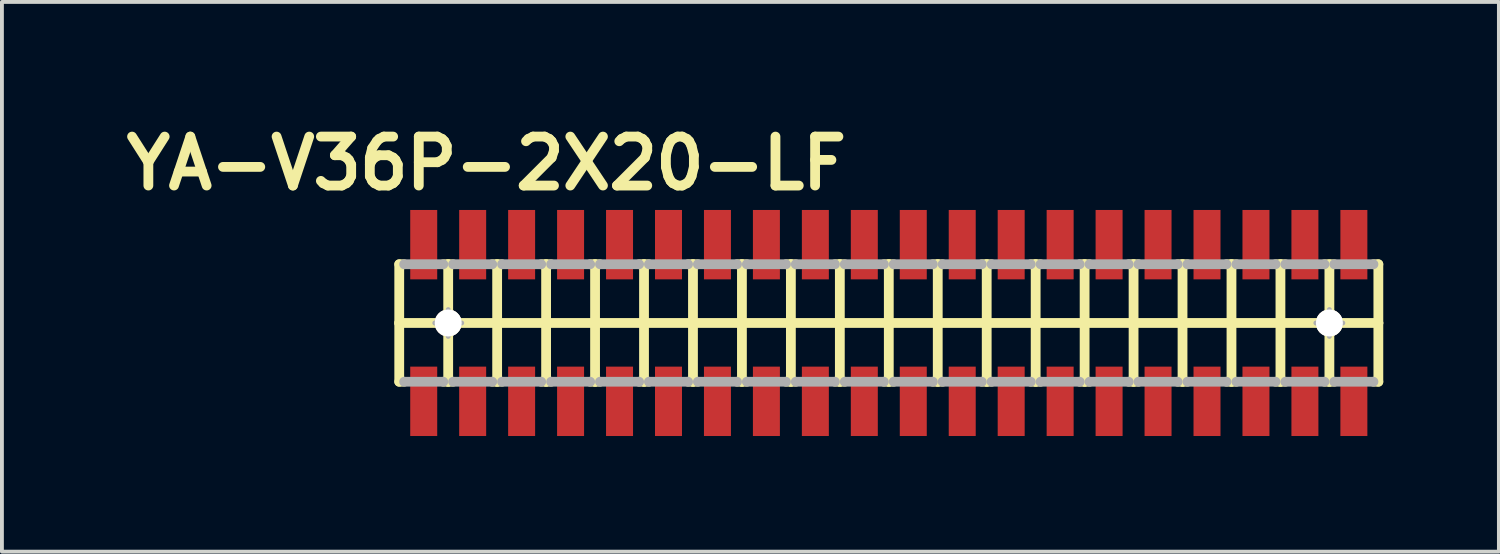
<source format=kicad_pcb>
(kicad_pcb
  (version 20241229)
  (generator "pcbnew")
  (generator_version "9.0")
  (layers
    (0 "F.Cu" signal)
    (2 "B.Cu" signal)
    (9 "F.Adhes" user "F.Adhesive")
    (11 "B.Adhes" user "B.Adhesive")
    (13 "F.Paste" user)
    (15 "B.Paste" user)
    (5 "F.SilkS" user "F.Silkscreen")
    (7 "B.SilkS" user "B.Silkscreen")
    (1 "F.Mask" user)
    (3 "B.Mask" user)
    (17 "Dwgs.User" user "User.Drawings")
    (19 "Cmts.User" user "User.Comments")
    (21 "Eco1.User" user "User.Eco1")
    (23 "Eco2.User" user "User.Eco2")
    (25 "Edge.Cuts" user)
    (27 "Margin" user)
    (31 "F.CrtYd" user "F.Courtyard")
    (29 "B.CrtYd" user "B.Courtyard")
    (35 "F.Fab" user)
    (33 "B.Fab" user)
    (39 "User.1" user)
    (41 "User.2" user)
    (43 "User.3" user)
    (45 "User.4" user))
  (footprint "YA-V36P-2X20-LF"
    (layer "F.Cu")
    (at 20.007 5.329)
    (property "Reference" "YA-V36P-2X20-LF" (at -10.439 -4.14 0) (layer "F.SilkS") (effects (font (size 1.27 1.27) (thickness 0.254))))
    (attr smd)
    (fp_line (start -12.7 -1.524) (end -12.7 0) (stroke (width 0.254) (type solid)) (layer "F.SilkS"))
    (fp_line (start -12.7 0) (end -12.7 1.524) (stroke (width 0.254) (type solid)) (layer "F.SilkS"))
    (fp_line (start -12.7 0) (end -11.43 0) (stroke (width 0.254) (type solid)) (layer "F.SilkS"))
    (fp_line (start -12.7 1.524) (end -12.573 1.524) (stroke (width 0.254) (type solid)) (layer "F.SilkS"))
    (fp_line (start -12.573 -1.524) (end -12.7 -1.524) (stroke (width 0.254) (type solid)) (layer "F.SilkS"))
    (fp_line (start -11.557 -1.524) (end -11.43 -1.524) (stroke (width 0.254) (type solid)) (layer "F.SilkS"))
    (fp_line (start -11.557 1.524) (end -11.43 1.524) (stroke (width 0.254) (type solid)) (layer "F.SilkS"))
    (fp_line (start -11.43 -1.524) (end -11.303 -1.524) (stroke (width 0.254) (type solid)) (layer "F.SilkS"))
    (fp_line (start -11.43 0) (end -11.43 -1.524) (stroke (width 0.254) (type solid)) (layer "F.SilkS"))
    (fp_line (start -11.43 0) (end -10.16 0) (stroke (width 0.254) (type solid)) (layer "F.SilkS"))
    (fp_line (start -11.43 1.524) (end -11.43 0) (stroke (width 0.254) (type solid)) (layer "F.SilkS"))
    (fp_line (start -11.43 1.524) (end -11.303 1.524) (stroke (width 0.254) (type solid)) (layer "F.SilkS"))
    (fp_line (start -10.287 -1.524) (end -10.16 -1.524) (stroke (width 0.254) (type solid)) (layer "F.SilkS"))
    (fp_line (start -10.287 1.524) (end -10.16 1.524) (stroke (width 0.254) (type solid)) (layer "F.SilkS"))
    (fp_line (start -10.16 -1.524) (end -10.033 -1.524) (stroke (width 0.254) (type solid)) (layer "F.SilkS"))
    (fp_line (start -10.16 0) (end -10.16 -1.524) (stroke (width 0.254) (type solid)) (layer "F.SilkS"))
    (fp_line (start -10.16 0) (end -8.89 0) (stroke (width 0.254) (type solid)) (layer "F.SilkS"))
    (fp_line (start -10.16 1.524) (end -10.16 0) (stroke (width 0.254) (type solid)) (layer "F.SilkS"))
    (fp_line (start -10.16 1.524) (end -10.033 1.524) (stroke (width 0.254) (type solid)) (layer "F.SilkS"))
    (fp_line (start -9.017 -1.524) (end -8.89 -1.524) (stroke (width 0.254) (type solid)) (layer "F.SilkS"))
    (fp_line (start -9.017 1.524) (end -8.89 1.524) (stroke (width 0.254) (type solid)) (layer "F.SilkS"))
    (fp_line (start -8.89 -1.524) (end -8.76 -1.524) (stroke (width 0.254) (type solid)) (layer "F.SilkS"))
    (fp_line (start -8.89 0) (end -8.89 -1.524) (stroke (width 0.254) (type solid)) (layer "F.SilkS"))
    (fp_line (start -8.89 0) (end -7.62 0) (stroke (width 0.254) (type solid)) (layer "F.SilkS"))
    (fp_line (start -8.89 1.524) (end -8.89 0) (stroke (width 0.254) (type solid)) (layer "F.SilkS"))
    (fp_line (start -8.89 1.524) (end -8.76 1.524) (stroke (width 0.254) (type solid)) (layer "F.SilkS"))
    (fp_line (start -7.747 -1.524) (end -7.62 -1.524) (stroke (width 0.254) (type solid)) (layer "F.SilkS"))
    (fp_line (start -7.747 1.524) (end -7.62 1.524) (stroke (width 0.254) (type solid)) (layer "F.SilkS"))
    (fp_line (start -7.62 -1.524) (end -7.493 -1.524) (stroke (width 0.254) (type solid)) (layer "F.SilkS"))
    (fp_line (start -7.62 0) (end -7.62 -1.524) (stroke (width 0.254) (type solid)) (layer "F.SilkS"))
    (fp_line (start -7.62 0) (end -6.35 0) (stroke (width 0.254) (type solid)) (layer "F.SilkS"))
    (fp_line (start -7.62 1.524) (end -7.62 0) (stroke (width 0.254) (type solid)) (layer "F.SilkS"))
    (fp_line (start -7.62 1.524) (end -7.493 1.524) (stroke (width 0.254) (type solid)) (layer "F.SilkS"))
    (fp_line (start -6.477 -1.524) (end -6.35 -1.524) (stroke (width 0.254) (type solid)) (layer "F.SilkS"))
    (fp_line (start -6.477 1.524) (end -6.35 1.524) (stroke (width 0.254) (type solid)) (layer "F.SilkS"))
    (fp_line (start -6.35 -1.524) (end -6.223 -1.524) (stroke (width 0.254) (type solid)) (layer "F.SilkS"))
    (fp_line (start -6.35 0) (end -6.35 -1.524) (stroke (width 0.254) (type solid)) (layer "F.SilkS"))
    (fp_line (start -6.35 0) (end -5.08 0) (stroke (width 0.254) (type solid)) (layer "F.SilkS"))
    (fp_line (start -6.35 1.524) (end -6.35 0) (stroke (width 0.254) (type solid)) (layer "F.SilkS"))
    (fp_line (start -6.35 1.524) (end -6.223 1.524) (stroke (width 0.254) (type solid)) (layer "F.SilkS"))
    (fp_line (start -5.207 -1.524) (end -5.08 -1.524) (stroke (width 0.254) (type solid)) (layer "F.SilkS"))
    (fp_line (start -5.207 1.524) (end -5.08 1.524) (stroke (width 0.254) (type solid)) (layer "F.SilkS"))
    (fp_line (start -5.08 -1.524) (end -4.953 -1.524) (stroke (width 0.254) (type solid)) (layer "F.SilkS"))
    (fp_line (start -5.08 0) (end -5.08 -1.524) (stroke (width 0.254) (type solid)) (layer "F.SilkS"))
    (fp_line (start -5.08 0) (end -3.81 0) (stroke (width 0.254) (type solid)) (layer "F.SilkS"))
    (fp_line (start -5.08 1.524) (end -5.08 0) (stroke (width 0.254) (type solid)) (layer "F.SilkS"))
    (fp_line (start -5.08 1.524) (end -4.953 1.524) (stroke (width 0.254) (type solid)) (layer "F.SilkS"))
    (fp_line (start -3.937 -1.524) (end -3.81 -1.524) (stroke (width 0.254) (type solid)) (layer "F.SilkS"))
    (fp_line (start -3.937 1.524) (end -3.81 1.524) (stroke (width 0.254) (type solid)) (layer "F.SilkS"))
    (fp_line (start -3.81 -1.524) (end -3.683 -1.524) (stroke (width 0.254) (type solid)) (layer "F.SilkS"))
    (fp_line (start -3.81 0) (end -3.81 -1.524) (stroke (width 0.254) (type solid)) (layer "F.SilkS"))
    (fp_line (start -3.81 0) (end -2.54 0) (stroke (width 0.254) (type solid)) (layer "F.SilkS"))
    (fp_line (start -3.81 1.524) (end -3.81 0) (stroke (width 0.254) (type solid)) (layer "F.SilkS"))
    (fp_line (start -3.81 1.524) (end -3.683 1.524) (stroke (width 0.254) (type solid)) (layer "F.SilkS"))
    (fp_line (start -2.667 -1.524) (end -2.54 -1.524) (stroke (width 0.254) (type solid)) (layer "F.SilkS"))
    (fp_line (start -2.667 1.524) (end -2.54 1.524) (stroke (width 0.254) (type solid)) (layer "F.SilkS"))
    (fp_line (start -2.54 -1.524) (end -2.413 -1.524) (stroke (width 0.254) (type solid)) (layer "F.SilkS"))
    (fp_line (start -2.54 0) (end -2.54 -1.524) (stroke (width 0.254) (type solid)) (layer "F.SilkS"))
    (fp_line (start -2.54 0) (end -1.27 0) (stroke (width 0.254) (type solid)) (layer "F.SilkS"))
    (fp_line (start -2.54 1.524) (end -2.54 0) (stroke (width 0.254) (type solid)) (layer "F.SilkS"))
    (fp_line (start -2.54 1.524) (end -2.413 1.524) (stroke (width 0.254) (type solid)) (layer "F.SilkS"))
    (fp_line (start -1.397 -1.524) (end -1.27 -1.524) (stroke (width 0.254) (type solid)) (layer "F.SilkS"))
    (fp_line (start -1.397 1.524) (end -1.27 1.524) (stroke (width 0.254) (type solid)) (layer "F.SilkS"))
    (fp_line (start -1.27 -1.524) (end -1.143 -1.524) (stroke (width 0.254) (type solid)) (layer "F.SilkS"))
    (fp_line (start -1.27 0) (end -1.27 -1.524) (stroke (width 0.254) (type solid)) (layer "F.SilkS"))
    (fp_line (start -1.27 0) (end 0 0) (stroke (width 0.254) (type solid)) (layer "F.SilkS"))
    (fp_line (start -1.27 1.524) (end -1.27 0) (stroke (width 0.254) (type solid)) (layer "F.SilkS"))
    (fp_line (start -1.27 1.524) (end -1.143 1.524) (stroke (width 0.254) (type solid)) (layer "F.SilkS"))
    (fp_line (start -0.127 -1.524) (end 0 -1.524) (stroke (width 0.254) (type solid)) (layer "F.SilkS"))
    (fp_line (start -0.127 1.524) (end 0 1.524) (stroke (width 0.254) (type solid)) (layer "F.SilkS"))
    (fp_line (start 0 -1.524) (end 0.127 -1.524) (stroke (width 0.254) (type solid)) (layer "F.SilkS"))
    (fp_line (start 0 0) (end 0 -1.524) (stroke (width 0.254) (type solid)) (layer "F.SilkS"))
    (fp_line (start 0 0) (end 1.27 0) (stroke (width 0.254) (type solid)) (layer "F.SilkS"))
    (fp_line (start 0 1.524) (end 0 0) (stroke (width 0.254) (type solid)) (layer "F.SilkS"))
    (fp_line (start 0 1.524) (end 0.127 1.524) (stroke (width 0.254) (type solid)) (layer "F.SilkS"))
    (fp_line (start 1.143 -1.524) (end 1.27 -1.524) (stroke (width 0.254) (type solid)) (layer "F.SilkS"))
    (fp_line (start 1.143 1.524) (end 1.27 1.524) (stroke (width 0.254) (type solid)) (layer "F.SilkS"))
    (fp_line (start 1.27 -1.524) (end 1.397 -1.524) (stroke (width 0.254) (type solid)) (layer "F.SilkS"))
    (fp_line (start 1.27 0) (end 1.27 -1.524) (stroke (width 0.254) (type solid)) (layer "F.SilkS"))
    (fp_line (start 1.27 0) (end 2.54 0) (stroke (width 0.254) (type solid)) (layer "F.SilkS"))
    (fp_line (start 1.27 1.524) (end 1.27 0) (stroke (width 0.254) (type solid)) (layer "F.SilkS"))
    (fp_line (start 1.27 1.524) (end 1.397 1.524) (stroke (width 0.254) (type solid)) (layer "F.SilkS"))
    (fp_line (start 2.413 -1.524) (end 2.54 -1.524) (stroke (width 0.254) (type solid)) (layer "F.SilkS"))
    (fp_line (start 2.413 1.524) (end 2.54 1.524) (stroke (width 0.254) (type solid)) (layer "F.SilkS"))
    (fp_line (start 2.54 -1.524) (end 2.667 -1.524) (stroke (width 0.254) (type solid)) (layer "F.SilkS"))
    (fp_line (start 2.54 0) (end 2.54 -1.524) (stroke (width 0.254) (type solid)) (layer "F.SilkS"))
    (fp_line (start 2.54 0) (end 3.81 0) (stroke (width 0.254) (type solid)) (layer "F.SilkS"))
    (fp_line (start 2.54 1.524) (end 2.54 0) (stroke (width 0.254) (type solid)) (layer "F.SilkS"))
    (fp_line (start 2.54 1.524) (end 2.667 1.524) (stroke (width 0.254) (type solid)) (layer "F.SilkS"))
    (fp_line (start 3.683 -1.524) (end 3.81 -1.524) (stroke (width 0.254) (type solid)) (layer "F.SilkS"))
    (fp_line (start 3.683 1.524) (end 3.81 1.524) (stroke (width 0.254) (type solid)) (layer "F.SilkS"))
    (fp_line (start 3.81 -1.524) (end 3.937 -1.524) (stroke (width 0.254) (type solid)) (layer "F.SilkS"))
    (fp_line (start 3.81 0) (end 3.81 -1.524) (stroke (width 0.254) (type solid)) (layer "F.SilkS"))
    (fp_line (start 3.81 0) (end 5.08 0) (stroke (width 0.254) (type solid)) (layer "F.SilkS"))
    (fp_line (start 3.81 1.524) (end 3.81 0) (stroke (width 0.254) (type solid)) (layer "F.SilkS"))
    (fp_line (start 3.81 1.524) (end 3.937 1.524) (stroke (width 0.254) (type solid)) (layer "F.SilkS"))
    (fp_line (start 4.953 -1.524) (end 5.08 -1.524) (stroke (width 0.254) (type solid)) (layer "F.SilkS"))
    (fp_line (start 4.953 1.524) (end 5.08 1.524) (stroke (width 0.254) (type solid)) (layer "F.SilkS"))
    (fp_line (start 5.08 -1.524) (end 5.207 -1.524) (stroke (width 0.254) (type solid)) (layer "F.SilkS"))
    (fp_line (start 5.08 0) (end 5.08 -1.524) (stroke (width 0.254) (type solid)) (layer "F.SilkS"))
    (fp_line (start 5.08 0) (end 6.35 0) (stroke (width 0.254) (type solid)) (layer "F.SilkS"))
    (fp_line (start 5.08 1.524) (end 5.08 0) (stroke (width 0.254) (type solid)) (layer "F.SilkS"))
    (fp_line (start 5.08 1.524) (end 5.207 1.524) (stroke (width 0.254) (type solid)) (layer "F.SilkS"))
    (fp_line (start 6.223 -1.524) (end 6.35 -1.524) (stroke (width 0.254) (type solid)) (layer "F.SilkS"))
    (fp_line (start 6.223 1.524) (end 6.35 1.524) (stroke (width 0.254) (type solid)) (layer "F.SilkS"))
    (fp_line (start 6.35 -1.524) (end 6.477 -1.524) (stroke (width 0.254) (type solid)) (layer "F.SilkS"))
    (fp_line (start 6.35 0) (end 6.35 -1.524) (stroke (width 0.254) (type solid)) (layer "F.SilkS"))
    (fp_line (start 6.35 0) (end 7.62 0) (stroke (width 0.254) (type solid)) (layer "F.SilkS"))
    (fp_line (start 6.35 1.524) (end 6.35 0) (stroke (width 0.254) (type solid)) (layer "F.SilkS"))
    (fp_line (start 6.35 1.524) (end 6.477 1.524) (stroke (width 0.254) (type solid)) (layer "F.SilkS"))
    (fp_line (start 7.493 -1.524) (end 7.62 -1.524) (stroke (width 0.254) (type solid)) (layer "F.SilkS"))
    (fp_line (start 7.493 1.524) (end 7.62 1.524) (stroke (width 0.254) (type solid)) (layer "F.SilkS"))
    (fp_line (start 7.62 -1.524) (end 7.747 -1.524) (stroke (width 0.254) (type solid)) (layer "F.SilkS"))
    (fp_line (start 7.62 0) (end 7.62 -1.524) (stroke (width 0.254) (type solid)) (layer "F.SilkS"))
    (fp_line (start 7.62 0) (end 8.89 0) (stroke (width 0.254) (type solid)) (layer "F.SilkS"))
    (fp_line (start 7.62 1.524) (end 7.62 0) (stroke (width 0.254) (type solid)) (layer "F.SilkS"))
    (fp_line (start 7.62 1.524) (end 7.747 1.524) (stroke (width 0.254) (type solid)) (layer "F.SilkS"))
    (fp_line (start 8.76 -1.524) (end 8.89 -1.524) (stroke (width 0.254) (type solid)) (layer "F.SilkS"))
    (fp_line (start 8.76 1.524) (end 8.89 1.524) (stroke (width 0.254) (type solid)) (layer "F.SilkS"))
    (fp_line (start 8.89 -1.524) (end 9.017 -1.524) (stroke (width 0.254) (type solid)) (layer "F.SilkS"))
    (fp_line (start 8.89 0) (end 8.89 -1.524) (stroke (width 0.254) (type solid)) (layer "F.SilkS"))
    (fp_line (start 8.89 0) (end 10.16 0) (stroke (width 0.254) (type solid)) (layer "F.SilkS"))
    (fp_line (start 8.89 1.524) (end 8.89 0) (stroke (width 0.254) (type solid)) (layer "F.SilkS"))
    (fp_line (start 8.89 1.524) (end 9.017 1.524) (stroke (width 0.254) (type solid)) (layer "F.SilkS"))
    (fp_line (start 10.033 -1.524) (end 10.16 -1.524) (stroke (width 0.254) (type solid)) (layer "F.SilkS"))
    (fp_line (start 10.033 1.524) (end 10.16 1.524) (stroke (width 0.254) (type solid)) (layer "F.SilkS"))
    (fp_line (start 10.16 -1.524) (end 10.287 -1.524) (stroke (width 0.254) (type solid)) (layer "F.SilkS"))
    (fp_line (start 10.16 0) (end 10.16 -1.524) (stroke (width 0.254) (type solid)) (layer "F.SilkS"))
    (fp_line (start 10.16 0) (end 11.43 0) (stroke (width 0.254) (type solid)) (layer "F.SilkS"))
    (fp_line (start 10.16 1.524) (end 10.16 0) (stroke (width 0.254) (type solid)) (layer "F.SilkS"))
    (fp_line (start 10.16 1.524) (end 10.287 1.524) (stroke (width 0.254) (type solid)) (layer "F.SilkS"))
    (fp_line (start 11.303 -1.524) (end 11.557 -1.524) (stroke (width 0.254) (type solid)) (layer "F.SilkS"))
    (fp_line (start 11.303 1.524) (end 11.43 1.524) (stroke (width 0.254) (type solid)) (layer "F.SilkS"))
    (fp_line (start 11.43 0) (end 11.43 -1.524) (stroke (width 0.254) (type solid)) (layer "F.SilkS"))
    (fp_line (start 11.43 0) (end 12.7 0) (stroke (width 0.254) (type solid)) (layer "F.SilkS"))
    (fp_line (start 11.43 1.524) (end 11.43 0) (stroke (width 0.254) (type solid)) (layer "F.SilkS"))
    (fp_line (start 11.43 1.524) (end 11.557 1.524) (stroke (width 0.254) (type solid)) (layer "F.SilkS"))
    (fp_line (start 12.573 -1.524) (end 12.7 -1.524) (stroke (width 0.254) (type solid)) (layer "F.SilkS"))
    (fp_line (start 12.7 -1.524) (end 12.7 0) (stroke (width 0.254) (type solid)) (layer "F.SilkS"))
    (fp_line (start 12.7 0) (end 12.7 1.524) (stroke (width 0.254) (type solid)) (layer "F.SilkS"))
    (fp_line (start 12.7 1.524) (end 12.573 1.524) (stroke (width 0.254) (type solid)) (layer "F.SilkS"))
    (fp_line (start -12.573 -1.524) (end -11.557 -1.524) (stroke (width 0.254) (type solid)) (layer "F.Fab"))
    (fp_line (start -12.573 1.524) (end -11.557 1.524) (stroke (width 0.254) (type solid)) (layer "F.Fab"))
    (fp_line (start -11.778 0) (end -11.079 0) (stroke (width 0.127) (type solid)) (layer "F.Fab"))
    (fp_line (start -11.43 0.348) (end -11.43 -0.348) (stroke (width 0.127) (type solid)) (layer "F.Fab"))
    (fp_line (start -11.303 -1.524) (end -10.287 -1.524) (stroke (width 0.254) (type solid)) (layer "F.Fab"))
    (fp_line (start -11.303 1.524) (end -10.287 1.524) (stroke (width 0.254) (type solid)) (layer "F.Fab"))
    (fp_line (start -10.033 -1.524) (end -9.017 -1.524) (stroke (width 0.254) (type solid)) (layer "F.Fab"))
    (fp_line (start -10.033 1.524) (end -9.017 1.524) (stroke (width 0.254) (type solid)) (layer "F.Fab"))
    (fp_line (start -8.76 -1.524) (end -7.747 -1.524) (stroke (width 0.254) (type solid)) (layer "F.Fab"))
    (fp_line (start -8.76 1.524) (end -7.747 1.524) (stroke (width 0.254) (type solid)) (layer "F.Fab"))
    (fp_line (start -7.493 -1.524) (end -6.477 -1.524) (stroke (width 0.254) (type solid)) (layer "F.Fab"))
    (fp_line (start -7.493 1.524) (end -6.477 1.524) (stroke (width 0.254) (type solid)) (layer "F.Fab"))
    (fp_line (start -6.223 -1.524) (end -5.207 -1.524) (stroke (width 0.254) (type solid)) (layer "F.Fab"))
    (fp_line (start -6.223 1.524) (end -5.207 1.524) (stroke (width 0.254) (type solid)) (layer "F.Fab"))
    (fp_line (start -4.953 -1.524) (end -3.937 -1.524) (stroke (width 0.254) (type solid)) (layer "F.Fab"))
    (fp_line (start -4.953 1.524) (end -3.937 1.524) (stroke (width 0.254) (type solid)) (layer "F.Fab"))
    (fp_line (start -3.683 -1.524) (end -2.667 -1.524) (stroke (width 0.254) (type solid)) (layer "F.Fab"))
    (fp_line (start -3.683 1.524) (end -2.667 1.524) (stroke (width 0.254) (type solid)) (layer "F.Fab"))
    (fp_line (start -2.413 -1.524) (end -1.397 -1.524) (stroke (width 0.254) (type solid)) (layer "F.Fab"))
    (fp_line (start -2.413 1.524) (end -1.397 1.524) (stroke (width 0.254) (type solid)) (layer "F.Fab"))
    (fp_line (start -1.143 -1.524) (end -0.127 -1.524) (stroke (width 0.254) (type solid)) (layer "F.Fab"))
    (fp_line (start -1.143 1.524) (end -0.127 1.524) (stroke (width 0.254) (type solid)) (layer "F.Fab"))
    (fp_line (start 0.127 -1.524) (end 1.143 -1.524) (stroke (width 0.254) (type solid)) (layer "F.Fab"))
    (fp_line (start 0.127 1.524) (end 1.143 1.524) (stroke (width 0.254) (type solid)) (layer "F.Fab"))
    (fp_line (start 1.397 -1.524) (end 2.413 -1.524) (stroke (width 0.254) (type solid)) (layer "F.Fab"))
    (fp_line (start 1.397 1.524) (end 2.413 1.524) (stroke (width 0.254) (type solid)) (layer "F.Fab"))
    (fp_line (start 2.667 -1.524) (end 3.683 -1.524) (stroke (width 0.254) (type solid)) (layer "F.Fab"))
    (fp_line (start 2.667 1.524) (end 3.683 1.524) (stroke (width 0.254) (type solid)) (layer "F.Fab"))
    (fp_line (start 3.937 -1.524) (end 4.953 -1.524) (stroke (width 0.254) (type solid)) (layer "F.Fab"))
    (fp_line (start 3.937 1.524) (end 4.953 1.524) (stroke (width 0.254) (type solid)) (layer "F.Fab"))
    (fp_line (start 5.207 -1.524) (end 6.223 -1.524) (stroke (width 0.254) (type solid)) (layer "F.Fab"))
    (fp_line (start 5.207 1.524) (end 6.223 1.524) (stroke (width 0.254) (type solid)) (layer "F.Fab"))
    (fp_line (start 6.477 -1.524) (end 7.493 -1.524) (stroke (width 0.254) (type solid)) (layer "F.Fab"))
    (fp_line (start 6.477 1.524) (end 7.493 1.524) (stroke (width 0.254) (type solid)) (layer "F.Fab"))
    (fp_line (start 7.747 -1.524) (end 8.76 -1.524) (stroke (width 0.254) (type solid)) (layer "F.Fab"))
    (fp_line (start 7.747 1.524) (end 8.76 1.524) (stroke (width 0.254) (type solid)) (layer "F.Fab"))
    (fp_line (start 9.017 -1.524) (end 10.033 -1.524) (stroke (width 0.254) (type solid)) (layer "F.Fab"))
    (fp_line (start 9.017 1.524) (end 10.033 1.524) (stroke (width 0.254) (type solid)) (layer "F.Fab"))
    (fp_line (start 10.287 -1.524) (end 11.303 -1.524) (stroke (width 0.254) (type solid)) (layer "F.Fab"))
    (fp_line (start 10.287 1.524) (end 11.303 1.524) (stroke (width 0.254) (type solid)) (layer "F.Fab"))
    (fp_line (start 11.079 0) (end 11.778 0) (stroke (width 0.127) (type solid)) (layer "F.Fab"))
    (fp_line (start 11.43 0.348) (end 11.43 -0.348) (stroke (width 0.127) (type solid)) (layer "F.Fab"))
    (fp_line (start 11.557 -1.524) (end 12.573 -1.524) (stroke (width 0.254) (type solid)) (layer "F.Fab"))
    (fp_line (start 11.557 1.524) (end 12.573 1.524) (stroke (width 0.254) (type solid)) (layer "F.Fab"))
    (fp_circle (center -11.43 0) (end -11.603 0.173) (stroke (width 0.127) (type solid)) (fill no) (layer "F.Fab"))
    (fp_circle (center 11.43 0) (end 11.603 0.173) (stroke (width 0.127) (type solid)) (fill no) (layer "F.Fab"))
    (pad "1" smd rect (at -12.065 -2.032 270) (size 1.8 0.7) (layers "F.Cu" "F.Mask" "F.Paste"))
    (pad "2" smd rect (at -12.065 2.032 270) (size 1.8 0.7) (layers "F.Cu" "F.Mask" "F.Paste"))
    (pad "3" smd rect (at -10.795 -2.032 270) (size 1.8 0.7) (layers "F.Cu" "F.Mask" "F.Paste"))
    (pad "4" smd rect (at -10.795 2.032 270) (size 1.8 0.7) (layers "F.Cu" "F.Mask" "F.Paste"))
    (pad "5" smd rect (at -9.525 -2.032 270) (size 1.8 0.7) (layers "F.Cu" "F.Mask" "F.Paste"))
    (pad "6" smd rect (at -9.525 2.032 270) (size 1.8 0.7) (layers "F.Cu" "F.Mask" "F.Paste"))
    (pad "7" smd rect (at -8.255 -2.032 270) (size 1.8 0.7) (layers "F.Cu" "F.Mask" "F.Paste"))
    (pad "8" smd rect (at -8.255 2.032 270) (size 1.8 0.7) (layers "F.Cu" "F.Mask" "F.Paste"))
    (pad "9" smd rect (at -6.985 -2.032 270) (size 1.8 0.7) (layers "F.Cu" "F.Mask" "F.Paste"))
    (pad "10" smd rect (at -6.985 2.032 270) (size 1.8 0.7) (layers "F.Cu" "F.Mask" "F.Paste"))
    (pad "11" smd rect (at -5.715 -2.032 270) (size 1.8 0.7) (layers "F.Cu" "F.Mask" "F.Paste"))
    (pad "12" smd rect (at -5.715 2.032 270) (size 1.8 0.7) (layers "F.Cu" "F.Mask" "F.Paste"))
    (pad "13" smd rect (at -4.445 -2.032 90) (size 1.8 0.7) (layers "F.Cu" "F.Mask" "F.Paste"))
    (pad "14" smd rect (at -4.445 2.032 90) (size 1.8 0.7) (layers "F.Cu" "F.Mask" "F.Paste"))
    (pad "15" smd rect (at -3.175 -2.032 90) (size 1.8 0.7) (layers "F.Cu" "F.Mask" "F.Paste"))
    (pad "16" smd rect (at -3.175 2.032 90) (size 1.8 0.7) (layers "F.Cu" "F.Mask" "F.Paste"))
    (pad "17" smd rect (at -1.905 -2.032 90) (size 1.8 0.7) (layers "F.Cu" "F.Mask" "F.Paste"))
    (pad "18" smd rect (at -1.905 2.032 90) (size 1.8 0.7) (layers "F.Cu" "F.Mask" "F.Paste"))
    (pad "19" smd rect (at -0.635 -2.032 90) (size 1.8 0.7) (layers "F.Cu" "F.Mask" "F.Paste"))
    (pad "20" smd rect (at -0.635 2.032 90) (size 1.8 0.7) (layers "F.Cu" "F.Mask" "F.Paste"))
    (pad "21" smd rect (at 0.635 -2.032 90) (size 1.8 0.7) (layers "F.Cu" "F.Mask" "F.Paste"))
    (pad "22" smd rect (at 0.635 2.032 90) (size 1.8 0.7) (layers "F.Cu" "F.Mask" "F.Paste"))
    (pad "23" smd rect (at 1.905 -2.032 90) (size 1.8 0.7) (layers "F.Cu" "F.Mask" "F.Paste"))
    (pad "24" smd rect (at 1.905 2.032 90) (size 1.8 0.7) (layers "F.Cu" "F.Mask" "F.Paste"))
    (pad "25" smd rect (at 3.175 -2.032 90) (size 1.8 0.7) (layers "F.Cu" "F.Mask" "F.Paste"))
    (pad "26" smd rect (at 3.175 2.032 90) (size 1.8 0.7) (layers "F.Cu" "F.Mask" "F.Paste"))
    (pad "27" smd rect (at 4.445 -2.032 90) (size 1.8 0.7) (layers "F.Cu" "F.Mask" "F.Paste"))
    (pad "28" smd rect (at 4.445 2.032 90) (size 1.8 0.7) (layers "F.Cu" "F.Mask" "F.Paste"))
    (pad "29" smd rect (at 5.715 -2.032 90) (size 1.8 0.7) (layers "F.Cu" "F.Mask" "F.Paste"))
    (pad "30" smd rect (at 5.715 2.032 90) (size 1.8 0.7) (layers "F.Cu" "F.Mask" "F.Paste"))
    (pad "31" smd rect (at 6.985 -2.032 90) (size 1.8 0.7) (layers "F.Cu" "F.Mask" "F.Paste"))
    (pad "32" smd rect (at 6.985 2.032 90) (size 1.8 0.7) (layers "F.Cu" "F.Mask" "F.Paste"))
    (pad "33" smd rect (at 8.255 -2.032 90) (size 1.8 0.7) (layers "F.Cu" "F.Mask" "F.Paste"))
    (pad "34" smd rect (at 8.255 2.032 90) (size 1.8 0.7) (layers "F.Cu" "F.Mask" "F.Paste"))
    (pad "35" smd rect (at 9.525 -2.032 90) (size 1.8 0.7) (layers "F.Cu" "F.Mask" "F.Paste"))
    (pad "36" smd rect (at 9.525 2.032 90) (size 1.8 0.7) (layers "F.Cu" "F.Mask" "F.Paste"))
    (pad "37" smd rect (at 10.795 -2.032 90) (size 1.8 0.7) (layers "F.Cu" "F.Mask" "F.Paste"))
    (pad "38" smd rect (at 10.795 2.032 90) (size 1.8 0.7) (layers "F.Cu" "F.Mask" "F.Paste"))
    (pad "39" smd rect (at 12.065 -2.032 90) (size 1.8 0.7) (layers "F.Cu" "F.Mask" "F.Paste"))
    (pad "40" smd rect (at 12.065 2.032 90) (size 1.8 0.7) (layers "F.Cu" "F.Mask" "F.Paste"))
    (pad "dril" thru_hole circle (at -11.43 0 90) (size 0.7 0.7) (drill 0.7) (layers "*.Cu" "*.Mask" "F.SilkS"))
    (pad "dril" thru_hole circle (at 11.43 0 90) (size 0.7 0.7) (drill 0.7) (layers "*.Cu" "*.Mask" "F.SilkS")))
  (gr_rect
    (start -3 -3)
    (end 35.834 11.261)
    (stroke (width 0.1) (type default))
    (fill no)
    (layer "Edge.Cuts")))
</source>
